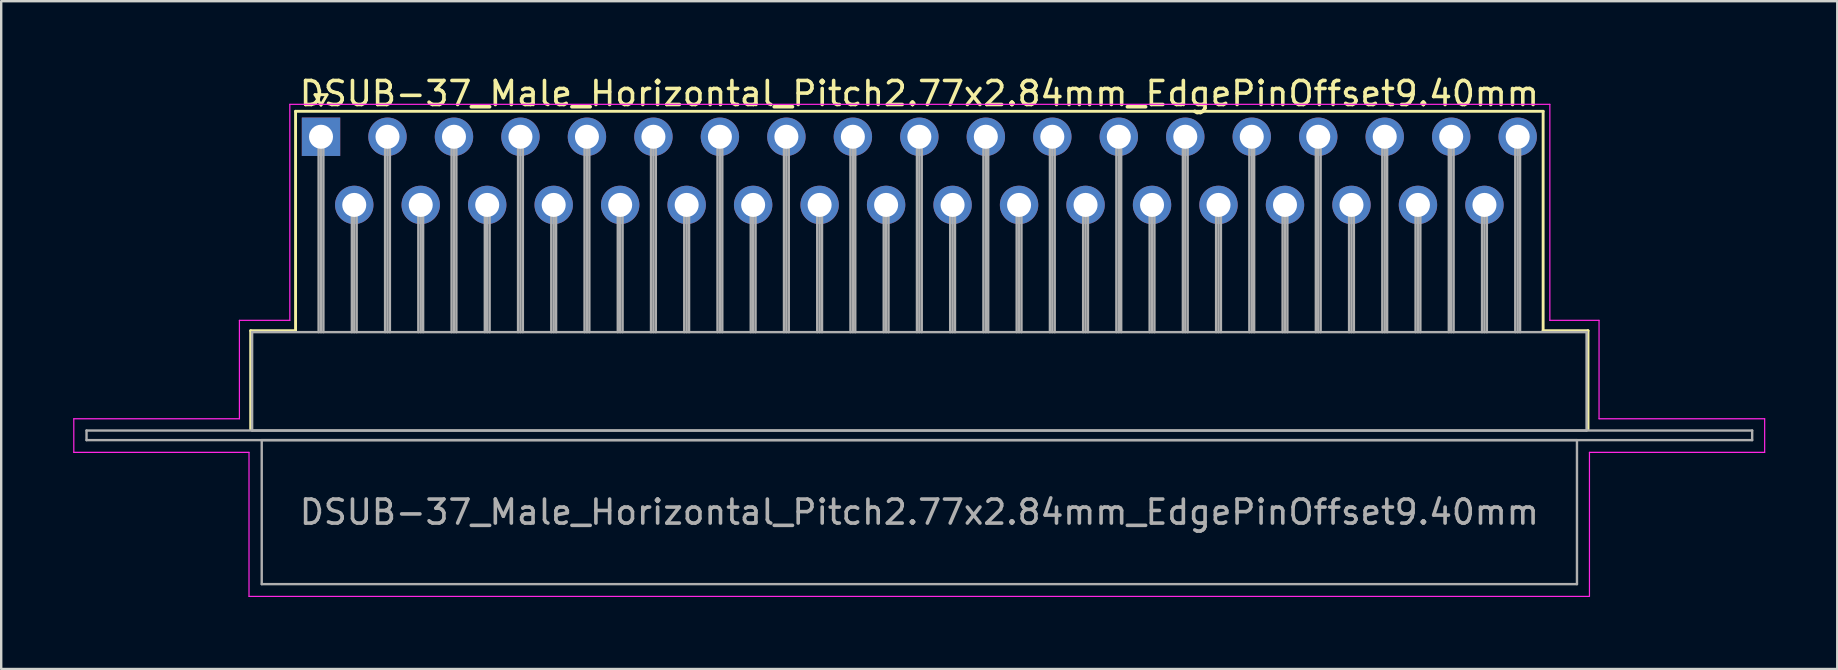
<source format=kicad_pcb>
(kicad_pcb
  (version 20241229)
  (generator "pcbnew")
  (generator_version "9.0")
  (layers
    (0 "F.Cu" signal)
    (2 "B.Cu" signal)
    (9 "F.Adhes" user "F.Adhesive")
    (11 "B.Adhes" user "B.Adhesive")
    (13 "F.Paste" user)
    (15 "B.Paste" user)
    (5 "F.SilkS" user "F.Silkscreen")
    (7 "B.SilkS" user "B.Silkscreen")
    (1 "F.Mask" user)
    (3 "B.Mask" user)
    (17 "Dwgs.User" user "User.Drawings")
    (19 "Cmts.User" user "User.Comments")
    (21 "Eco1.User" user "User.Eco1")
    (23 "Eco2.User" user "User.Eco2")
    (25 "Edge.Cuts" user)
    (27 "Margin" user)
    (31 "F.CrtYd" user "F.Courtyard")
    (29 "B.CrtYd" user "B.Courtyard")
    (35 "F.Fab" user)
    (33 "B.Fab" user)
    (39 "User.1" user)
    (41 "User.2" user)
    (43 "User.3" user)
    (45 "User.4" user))
  (footprint "DSUB-37_Male_Horizontal_Pitch2.77x2.84mm_EdgePinOffset9.40mm"
    (layer "F.Cu")
    (at 10.325 2.648)
    (property "Reference" "DSUB-37_Male_Horizontal_Pitch2.77x2.84mm_EdgePinOffset9.40mm" (at 24.93 -1.8 0) (layer "F.SilkS") (effects (font (size 1 1) (thickness 0.15))))
    (attr through_hole)
    (fp_line (start -2.93 8.08) (end -1.06 8.08) (stroke (width 0.12) (type solid)) (layer "F.SilkS"))
    (fp_line (start -2.93 12.18) (end -2.93 8.08) (stroke (width 0.12) (type solid)) (layer "F.SilkS"))
    (fp_line (start -1.06 -1.06) (end 50.92 -1.06) (stroke (width 0.12) (type solid)) (layer "F.SilkS"))
    (fp_line (start -1.06 8.08) (end -1.06 -1.06) (stroke (width 0.12) (type solid)) (layer "F.SilkS"))
    (fp_line (start -0.25 -1.754) (end 0.25 -1.754) (stroke (width 0.12) (type solid)) (layer "F.SilkS"))
    (fp_line (start 0 -1.321) (end -0.25 -1.754) (stroke (width 0.12) (type solid)) (layer "F.SilkS"))
    (fp_line (start 0.25 -1.754) (end 0 -1.321) (stroke (width 0.12) (type solid)) (layer "F.SilkS"))
    (fp_line (start 50.92 -1.06) (end 50.92 8.08) (stroke (width 0.12) (type solid)) (layer "F.SilkS"))
    (fp_line (start 50.92 8.08) (end 52.79 8.08) (stroke (width 0.12) (type solid)) (layer "F.SilkS"))
    (fp_line (start 52.79 8.08) (end 52.79 12.18) (stroke (width 0.12) (type solid)) (layer "F.SilkS"))
    (fp_line (start -10.3 11.75) (end -3.4 11.75) (stroke (width 0.05) (type solid)) (layer "F.CrtYd"))
    (fp_line (start -10.3 13.15) (end -10.3 11.75) (stroke (width 0.05) (type solid)) (layer "F.CrtYd"))
    (fp_line (start -3.4 7.65) (end -1.3 7.65) (stroke (width 0.05) (type solid)) (layer "F.CrtYd"))
    (fp_line (start -3.4 11.75) (end -3.4 7.65) (stroke (width 0.05) (type solid)) (layer "F.CrtYd"))
    (fp_line (start -3 13.15) (end -10.3 13.15) (stroke (width 0.05) (type solid)) (layer "F.CrtYd"))
    (fp_line (start -3 19.15) (end -3 13.15) (stroke (width 0.05) (type solid)) (layer "F.CrtYd"))
    (fp_line (start -1.3 -1.35) (end 51.2 -1.35) (stroke (width 0.05) (type solid)) (layer "F.CrtYd"))
    (fp_line (start -1.3 7.65) (end -1.3 -1.35) (stroke (width 0.05) (type solid)) (layer "F.CrtYd"))
    (fp_line (start 51.2 -1.35) (end 51.2 7.65) (stroke (width 0.05) (type solid)) (layer "F.CrtYd"))
    (fp_line (start 51.2 7.65) (end 53.25 7.65) (stroke (width 0.05) (type solid)) (layer "F.CrtYd"))
    (fp_line (start 52.85 13.15) (end 52.85 19.15) (stroke (width 0.05) (type solid)) (layer "F.CrtYd"))
    (fp_line (start 52.85 19.15) (end -3 19.15) (stroke (width 0.05) (type solid)) (layer "F.CrtYd"))
    (fp_line (start 53.25 7.65) (end 53.25 11.75) (stroke (width 0.05) (type solid)) (layer "F.CrtYd"))
    (fp_line (start 53.25 11.75) (end 60.15 11.75) (stroke (width 0.05) (type solid)) (layer "F.CrtYd"))
    (fp_line (start 60.15 11.75) (end 60.15 13.15) (stroke (width 0.05) (type solid)) (layer "F.CrtYd"))
    (fp_line (start 60.15 13.15) (end 52.85 13.15) (stroke (width 0.05) (type solid)) (layer "F.CrtYd"))
    (fp_line (start -9.77 12.24) (end -9.77 12.64) (stroke (width 0.1) (type solid)) (layer "F.Fab"))
    (fp_line (start -9.77 12.64) (end 59.63 12.64) (stroke (width 0.1) (type solid)) (layer "F.Fab"))
    (fp_line (start -2.87 8.14) (end -2.87 12.24) (stroke (width 0.1) (type solid)) (layer "F.Fab"))
    (fp_line (start -2.87 12.24) (end 52.73 12.24) (stroke (width 0.1) (type solid)) (layer "F.Fab"))
    (fp_line (start -2.47 12.64) (end -2.47 18.64) (stroke (width 0.1) (type solid)) (layer "F.Fab"))
    (fp_line (start -2.47 18.64) (end 52.33 18.64) (stroke (width 0.1) (type solid)) (layer "F.Fab"))
    (fp_line (start -0.1 0) (end -0.1 8.14) (stroke (width 0.1) (type solid)) (layer "F.Fab"))
    (fp_line (start 0 0) (end 0 8.14) (stroke (width 0.1) (type solid)) (layer "F.Fab"))
    (fp_line (start 0.1 0) (end 0.1 8.14) (stroke (width 0.1) (type solid)) (layer "F.Fab"))
    (fp_line (start 1.285 2.84) (end 1.285 8.14) (stroke (width 0.1) (type solid)) (layer "F.Fab"))
    (fp_line (start 1.385 2.84) (end 1.385 8.14) (stroke (width 0.1) (type solid)) (layer "F.Fab"))
    (fp_line (start 1.485 2.84) (end 1.485 8.14) (stroke (width 0.1) (type solid)) (layer "F.Fab"))
    (fp_line (start 2.67 0) (end 2.67 8.14) (stroke (width 0.1) (type solid)) (layer "F.Fab"))
    (fp_line (start 2.77 0) (end 2.77 8.14) (stroke (width 0.1) (type solid)) (layer "F.Fab"))
    (fp_line (start 2.87 0) (end 2.87 8.14) (stroke (width 0.1) (type solid)) (layer "F.Fab"))
    (fp_line (start 4.055 2.84) (end 4.055 8.14) (stroke (width 0.1) (type solid)) (layer "F.Fab"))
    (fp_line (start 4.155 2.84) (end 4.155 8.14) (stroke (width 0.1) (type solid)) (layer "F.Fab"))
    (fp_line (start 4.255 2.84) (end 4.255 8.14) (stroke (width 0.1) (type solid)) (layer "F.Fab"))
    (fp_line (start 5.44 0) (end 5.44 8.14) (stroke (width 0.1) (type solid)) (layer "F.Fab"))
    (fp_line (start 5.54 0) (end 5.54 8.14) (stroke (width 0.1) (type solid)) (layer "F.Fab"))
    (fp_line (start 5.64 0) (end 5.64 8.14) (stroke (width 0.1) (type solid)) (layer "F.Fab"))
    (fp_line (start 6.825 2.84) (end 6.825 8.14) (stroke (width 0.1) (type solid)) (layer "F.Fab"))
    (fp_line (start 6.925 2.84) (end 6.925 8.14) (stroke (width 0.1) (type solid)) (layer "F.Fab"))
    (fp_line (start 7.025 2.84) (end 7.025 8.14) (stroke (width 0.1) (type solid)) (layer "F.Fab"))
    (fp_line (start 8.21 0) (end 8.21 8.14) (stroke (width 0.1) (type solid)) (layer "F.Fab"))
    (fp_line (start 8.31 0) (end 8.31 8.14) (stroke (width 0.1) (type solid)) (layer "F.Fab"))
    (fp_line (start 8.41 0) (end 8.41 8.14) (stroke (width 0.1) (type solid)) (layer "F.Fab"))
    (fp_line (start 9.595 2.84) (end 9.595 8.14) (stroke (width 0.1) (type solid)) (layer "F.Fab"))
    (fp_line (start 9.695 2.84) (end 9.695 8.14) (stroke (width 0.1) (type solid)) (layer "F.Fab"))
    (fp_line (start 9.795 2.84) (end 9.795 8.14) (stroke (width 0.1) (type solid)) (layer "F.Fab"))
    (fp_line (start 10.98 0) (end 10.98 8.14) (stroke (width 0.1) (type solid)) (layer "F.Fab"))
    (fp_line (start 11.08 0) (end 11.08 8.14) (stroke (width 0.1) (type solid)) (layer "F.Fab"))
    (fp_line (start 11.18 0) (end 11.18 8.14) (stroke (width 0.1) (type solid)) (layer "F.Fab"))
    (fp_line (start 12.365 2.84) (end 12.365 8.14) (stroke (width 0.1) (type solid)) (layer "F.Fab"))
    (fp_line (start 12.465 2.84) (end 12.465 8.14) (stroke (width 0.1) (type solid)) (layer "F.Fab"))
    (fp_line (start 12.565 2.84) (end 12.565 8.14) (stroke (width 0.1) (type solid)) (layer "F.Fab"))
    (fp_line (start 13.75 0) (end 13.75 8.14) (stroke (width 0.1) (type solid)) (layer "F.Fab"))
    (fp_line (start 13.85 0) (end 13.85 8.14) (stroke (width 0.1) (type solid)) (layer "F.Fab"))
    (fp_line (start 13.95 0) (end 13.95 8.14) (stroke (width 0.1) (type solid)) (layer "F.Fab"))
    (fp_line (start 15.135 2.84) (end 15.135 8.14) (stroke (width 0.1) (type solid)) (layer "F.Fab"))
    (fp_line (start 15.235 2.84) (end 15.235 8.14) (stroke (width 0.1) (type solid)) (layer "F.Fab"))
    (fp_line (start 15.335 2.84) (end 15.335 8.14) (stroke (width 0.1) (type solid)) (layer "F.Fab"))
    (fp_line (start 16.52 0) (end 16.52 8.14) (stroke (width 0.1) (type solid)) (layer "F.Fab"))
    (fp_line (start 16.62 0) (end 16.62 8.14) (stroke (width 0.1) (type solid)) (layer "F.Fab"))
    (fp_line (start 16.72 0) (end 16.72 8.14) (stroke (width 0.1) (type solid)) (layer "F.Fab"))
    (fp_line (start 17.905 2.84) (end 17.905 8.14) (stroke (width 0.1) (type solid)) (layer "F.Fab"))
    (fp_line (start 18.005 2.84) (end 18.005 8.14) (stroke (width 0.1) (type solid)) (layer "F.Fab"))
    (fp_line (start 18.105 2.84) (end 18.105 8.14) (stroke (width 0.1) (type solid)) (layer "F.Fab"))
    (fp_line (start 19.29 0) (end 19.29 8.14) (stroke (width 0.1) (type solid)) (layer "F.Fab"))
    (fp_line (start 19.39 0) (end 19.39 8.14) (stroke (width 0.1) (type solid)) (layer "F.Fab"))
    (fp_line (start 19.49 0) (end 19.49 8.14) (stroke (width 0.1) (type solid)) (layer "F.Fab"))
    (fp_line (start 20.675 2.84) (end 20.675 8.14) (stroke (width 0.1) (type solid)) (layer "F.Fab"))
    (fp_line (start 20.775 2.84) (end 20.775 8.14) (stroke (width 0.1) (type solid)) (layer "F.Fab"))
    (fp_line (start 20.875 2.84) (end 20.875 8.14) (stroke (width 0.1) (type solid)) (layer "F.Fab"))
    (fp_line (start 22.06 0) (end 22.06 8.14) (stroke (width 0.1) (type solid)) (layer "F.Fab"))
    (fp_line (start 22.16 0) (end 22.16 8.14) (stroke (width 0.1) (type solid)) (layer "F.Fab"))
    (fp_line (start 22.26 0) (end 22.26 8.14) (stroke (width 0.1) (type solid)) (layer "F.Fab"))
    (fp_line (start 23.445 2.84) (end 23.445 8.14) (stroke (width 0.1) (type solid)) (layer "F.Fab"))
    (fp_line (start 23.545 2.84) (end 23.545 8.14) (stroke (width 0.1) (type solid)) (layer "F.Fab"))
    (fp_line (start 23.645 2.84) (end 23.645 8.14) (stroke (width 0.1) (type solid)) (layer "F.Fab"))
    (fp_line (start 24.83 0) (end 24.83 8.14) (stroke (width 0.1) (type solid)) (layer "F.Fab"))
    (fp_line (start 24.93 0) (end 24.93 8.14) (stroke (width 0.1) (type solid)) (layer "F.Fab"))
    (fp_line (start 25.03 0) (end 25.03 8.14) (stroke (width 0.1) (type solid)) (layer "F.Fab"))
    (fp_line (start 26.215 2.84) (end 26.215 8.14) (stroke (width 0.1) (type solid)) (layer "F.Fab"))
    (fp_line (start 26.315 2.84) (end 26.315 8.14) (stroke (width 0.1) (type solid)) (layer "F.Fab"))
    (fp_line (start 26.415 2.84) (end 26.415 8.14) (stroke (width 0.1) (type solid)) (layer "F.Fab"))
    (fp_line (start 27.6 0) (end 27.6 8.14) (stroke (width 0.1) (type solid)) (layer "F.Fab"))
    (fp_line (start 27.7 0) (end 27.7 8.14) (stroke (width 0.1) (type solid)) (layer "F.Fab"))
    (fp_line (start 27.8 0) (end 27.8 8.14) (stroke (width 0.1) (type solid)) (layer "F.Fab"))
    (fp_line (start 28.985 2.84) (end 28.985 8.14) (stroke (width 0.1) (type solid)) (layer "F.Fab"))
    (fp_line (start 29.085 2.84) (end 29.085 8.14) (stroke (width 0.1) (type solid)) (layer "F.Fab"))
    (fp_line (start 29.185 2.84) (end 29.185 8.14) (stroke (width 0.1) (type solid)) (layer "F.Fab"))
    (fp_line (start 30.37 0) (end 30.37 8.14) (stroke (width 0.1) (type solid)) (layer "F.Fab"))
    (fp_line (start 30.47 0) (end 30.47 8.14) (stroke (width 0.1) (type solid)) (layer "F.Fab"))
    (fp_line (start 30.57 0) (end 30.57 8.14) (stroke (width 0.1) (type solid)) (layer "F.Fab"))
    (fp_line (start 31.755 2.84) (end 31.755 8.14) (stroke (width 0.1) (type solid)) (layer "F.Fab"))
    (fp_line (start 31.855 2.84) (end 31.855 8.14) (stroke (width 0.1) (type solid)) (layer "F.Fab"))
    (fp_line (start 31.955 2.84) (end 31.955 8.14) (stroke (width 0.1) (type solid)) (layer "F.Fab"))
    (fp_line (start 33.14 0) (end 33.14 8.14) (stroke (width 0.1) (type solid)) (layer "F.Fab"))
    (fp_line (start 33.24 0) (end 33.24 8.14) (stroke (width 0.1) (type solid)) (layer "F.Fab"))
    (fp_line (start 33.34 0) (end 33.34 8.14) (stroke (width 0.1) (type solid)) (layer "F.Fab"))
    (fp_line (start 34.525 2.84) (end 34.525 8.14) (stroke (width 0.1) (type solid)) (layer "F.Fab"))
    (fp_line (start 34.625 2.84) (end 34.625 8.14) (stroke (width 0.1) (type solid)) (layer "F.Fab"))
    (fp_line (start 34.725 2.84) (end 34.725 8.14) (stroke (width 0.1) (type solid)) (layer "F.Fab"))
    (fp_line (start 35.91 0) (end 35.91 8.14) (stroke (width 0.1) (type solid)) (layer "F.Fab"))
    (fp_line (start 36.01 0) (end 36.01 8.14) (stroke (width 0.1) (type solid)) (layer "F.Fab"))
    (fp_line (start 36.11 0) (end 36.11 8.14) (stroke (width 0.1) (type solid)) (layer "F.Fab"))
    (fp_line (start 37.295 2.84) (end 37.295 8.14) (stroke (width 0.1) (type solid)) (layer "F.Fab"))
    (fp_line (start 37.395 2.84) (end 37.395 8.14) (stroke (width 0.1) (type solid)) (layer "F.Fab"))
    (fp_line (start 37.495 2.84) (end 37.495 8.14) (stroke (width 0.1) (type solid)) (layer "F.Fab"))
    (fp_line (start 38.68 0) (end 38.68 8.14) (stroke (width 0.1) (type solid)) (layer "F.Fab"))
    (fp_line (start 38.78 0) (end 38.78 8.14) (stroke (width 0.1) (type solid)) (layer "F.Fab"))
    (fp_line (start 38.88 0) (end 38.88 8.14) (stroke (width 0.1) (type solid)) (layer "F.Fab"))
    (fp_line (start 40.065 2.84) (end 40.065 8.14) (stroke (width 0.1) (type solid)) (layer "F.Fab"))
    (fp_line (start 40.165 2.84) (end 40.165 8.14) (stroke (width 0.1) (type solid)) (layer "F.Fab"))
    (fp_line (start 40.265 2.84) (end 40.265 8.14) (stroke (width 0.1) (type solid)) (layer "F.Fab"))
    (fp_line (start 41.45 0) (end 41.45 8.14) (stroke (width 0.1) (type solid)) (layer "F.Fab"))
    (fp_line (start 41.55 0) (end 41.55 8.14) (stroke (width 0.1) (type solid)) (layer "F.Fab"))
    (fp_line (start 41.65 0) (end 41.65 8.14) (stroke (width 0.1) (type solid)) (layer "F.Fab"))
    (fp_line (start 42.835 2.84) (end 42.835 8.14) (stroke (width 0.1) (type solid)) (layer "F.Fab"))
    (fp_line (start 42.935 2.84) (end 42.935 8.14) (stroke (width 0.1) (type solid)) (layer "F.Fab"))
    (fp_line (start 43.035 2.84) (end 43.035 8.14) (stroke (width 0.1) (type solid)) (layer "F.Fab"))
    (fp_line (start 44.22 0) (end 44.22 8.14) (stroke (width 0.1) (type solid)) (layer "F.Fab"))
    (fp_line (start 44.32 0) (end 44.32 8.14) (stroke (width 0.1) (type solid)) (layer "F.Fab"))
    (fp_line (start 44.42 0) (end 44.42 8.14) (stroke (width 0.1) (type solid)) (layer "F.Fab"))
    (fp_line (start 45.605 2.84) (end 45.605 8.14) (stroke (width 0.1) (type solid)) (layer "F.Fab"))
    (fp_line (start 45.705 2.84) (end 45.705 8.14) (stroke (width 0.1) (type solid)) (layer "F.Fab"))
    (fp_line (start 45.805 2.84) (end 45.805 8.14) (stroke (width 0.1) (type solid)) (layer "F.Fab"))
    (fp_line (start 46.99 0) (end 46.99 8.14) (stroke (width 0.1) (type solid)) (layer "F.Fab"))
    (fp_line (start 47.09 0) (end 47.09 8.14) (stroke (width 0.1) (type solid)) (layer "F.Fab"))
    (fp_line (start 47.19 0) (end 47.19 8.14) (stroke (width 0.1) (type solid)) (layer "F.Fab"))
    (fp_line (start 48.375 2.84) (end 48.375 8.14) (stroke (width 0.1) (type solid)) (layer "F.Fab"))
    (fp_line (start 48.475 2.84) (end 48.475 8.14) (stroke (width 0.1) (type solid)) (layer "F.Fab"))
    (fp_line (start 48.575 2.84) (end 48.575 8.14) (stroke (width 0.1) (type solid)) (layer "F.Fab"))
    (fp_line (start 49.76 0) (end 49.76 8.14) (stroke (width 0.1) (type solid)) (layer "F.Fab"))
    (fp_line (start 49.86 0) (end 49.86 8.14) (stroke (width 0.1) (type solid)) (layer "F.Fab"))
    (fp_line (start 49.96 0) (end 49.96 8.14) (stroke (width 0.1) (type solid)) (layer "F.Fab"))
    (fp_line (start 52.33 12.64) (end -2.47 12.64) (stroke (width 0.1) (type solid)) (layer "F.Fab"))
    (fp_line (start 52.33 18.64) (end 52.33 12.64) (stroke (width 0.1) (type solid)) (layer "F.Fab"))
    (fp_line (start 52.73 8.14) (end -2.87 8.14) (stroke (width 0.1) (type solid)) (layer "F.Fab"))
    (fp_line (start 52.73 12.24) (end 52.73 8.14) (stroke (width 0.1) (type solid)) (layer "F.Fab"))
    (fp_line (start 59.63 12.24) (end -9.77 12.24) (stroke (width 0.1) (type solid)) (layer "F.Fab"))
    (fp_line (start 59.63 12.64) (end 59.63 12.24) (stroke (width 0.1) (type solid)) (layer "F.Fab"))
    (fp_text user "${REFERENCE}" (at 24.93 15.64 0) (layer "F.Fab") (effects (font (size 1 1) (thickness 0.15))))
    (pad "1" thru_hole rect (at 0 0) (size 1.6 1.6) (drill 1) (layers "*.Cu" "*.Mask"))
    (pad "2" thru_hole circle (at 2.77 0) (size 1.6 1.6) (drill 1) (layers "*.Cu" "*.Mask"))
    (pad "3" thru_hole circle (at 5.54 0) (size 1.6 1.6) (drill 1) (layers "*.Cu" "*.Mask"))
    (pad "4" thru_hole circle (at 8.31 0) (size 1.6 1.6) (drill 1) (layers "*.Cu" "*.Mask"))
    (pad "5" thru_hole circle (at 11.08 0) (size 1.6 1.6) (drill 1) (layers "*.Cu" "*.Mask"))
    (pad "6" thru_hole circle (at 13.85 0) (size 1.6 1.6) (drill 1) (layers "*.Cu" "*.Mask"))
    (pad "7" thru_hole circle (at 16.62 0) (size 1.6 1.6) (drill 1) (layers "*.Cu" "*.Mask"))
    (pad "8" thru_hole circle (at 19.39 0) (size 1.6 1.6) (drill 1) (layers "*.Cu" "*.Mask"))
    (pad "9" thru_hole circle (at 22.16 0) (size 1.6 1.6) (drill 1) (layers "*.Cu" "*.Mask"))
    (pad "10" thru_hole circle (at 24.93 0) (size 1.6 1.6) (drill 1) (layers "*.Cu" "*.Mask"))
    (pad "11" thru_hole circle (at 27.7 0) (size 1.6 1.6) (drill 1) (layers "*.Cu" "*.Mask"))
    (pad "12" thru_hole circle (at 30.47 0) (size 1.6 1.6) (drill 1) (layers "*.Cu" "*.Mask"))
    (pad "13" thru_hole circle (at 33.24 0) (size 1.6 1.6) (drill 1) (layers "*.Cu" "*.Mask"))
    (pad "14" thru_hole circle (at 36.01 0) (size 1.6 1.6) (drill 1) (layers "*.Cu" "*.Mask"))
    (pad "15" thru_hole circle (at 38.78 0) (size 1.6 1.6) (drill 1) (layers "*.Cu" "*.Mask"))
    (pad "16" thru_hole circle (at 41.55 0) (size 1.6 1.6) (drill 1) (layers "*.Cu" "*.Mask"))
    (pad "17" thru_hole circle (at 44.32 0) (size 1.6 1.6) (drill 1) (layers "*.Cu" "*.Mask"))
    (pad "18" thru_hole circle (at 47.09 0) (size 1.6 1.6) (drill 1) (layers "*.Cu" "*.Mask"))
    (pad "19" thru_hole circle (at 49.86 0) (size 1.6 1.6) (drill 1) (layers "*.Cu" "*.Mask"))
    (pad "20" thru_hole circle (at 1.385 2.84) (size 1.6 1.6) (drill 1) (layers "*.Cu" "*.Mask"))
    (pad "21" thru_hole circle (at 4.155 2.84) (size 1.6 1.6) (drill 1) (layers "*.Cu" "*.Mask"))
    (pad "22" thru_hole circle (at 6.925 2.84) (size 1.6 1.6) (drill 1) (layers "*.Cu" "*.Mask"))
    (pad "23" thru_hole circle (at 9.695 2.84) (size 1.6 1.6) (drill 1) (layers "*.Cu" "*.Mask"))
    (pad "24" thru_hole circle (at 12.465 2.84) (size 1.6 1.6) (drill 1) (layers "*.Cu" "*.Mask"))
    (pad "25" thru_hole circle (at 15.235 2.84) (size 1.6 1.6) (drill 1) (layers "*.Cu" "*.Mask"))
    (pad "26" thru_hole circle (at 18.005 2.84) (size 1.6 1.6) (drill 1) (layers "*.Cu" "*.Mask"))
    (pad "27" thru_hole circle (at 20.775 2.84) (size 1.6 1.6) (drill 1) (layers "*.Cu" "*.Mask"))
    (pad "28" thru_hole circle (at 23.545 2.84) (size 1.6 1.6) (drill 1) (layers "*.Cu" "*.Mask"))
    (pad "29" thru_hole circle (at 26.315 2.84) (size 1.6 1.6) (drill 1) (layers "*.Cu" "*.Mask"))
    (pad "30" thru_hole circle (at 29.085 2.84) (size 1.6 1.6) (drill 1) (layers "*.Cu" "*.Mask"))
    (pad "31" thru_hole circle (at 31.855 2.84) (size 1.6 1.6) (drill 1) (layers "*.Cu" "*.Mask"))
    (pad "32" thru_hole circle (at 34.625 2.84) (size 1.6 1.6) (drill 1) (layers "*.Cu" "*.Mask"))
    (pad "33" thru_hole circle (at 37.395 2.84) (size 1.6 1.6) (drill 1) (layers "*.Cu" "*.Mask"))
    (pad "34" thru_hole circle (at 40.165 2.84) (size 1.6 1.6) (drill 1) (layers "*.Cu" "*.Mask"))
    (pad "35" thru_hole circle (at 42.935 2.84) (size 1.6 1.6) (drill 1) (layers "*.Cu" "*.Mask"))
    (pad "36" thru_hole circle (at 45.705 2.84) (size 1.6 1.6) (drill 1) (layers "*.Cu" "*.Mask"))
    (pad "37" thru_hole circle (at 48.475 2.84) (size 1.6 1.6) (drill 1) (layers "*.Cu" "*.Mask")))
  (gr_rect
    (start -3 -3)
    (end 73.5 24.823)
    (stroke (width 0.1) (type default))
    (fill no)
    (layer "Edge.Cuts")))
</source>
